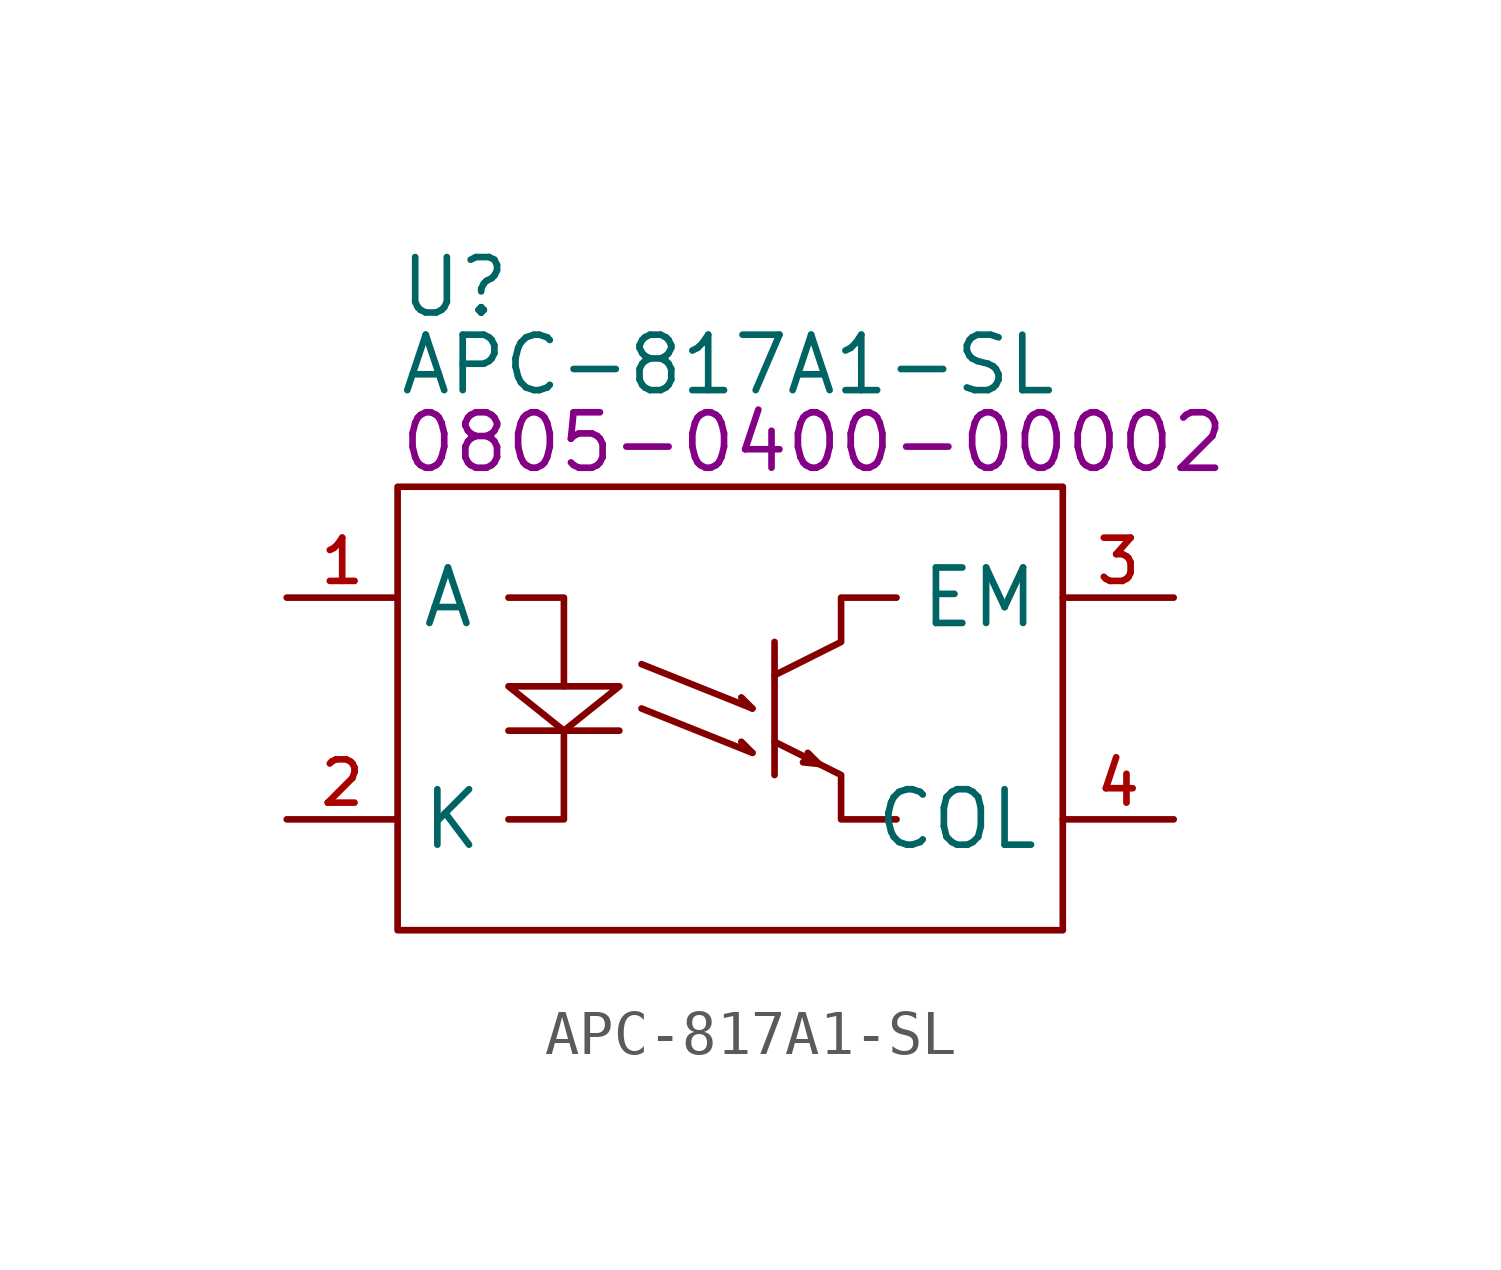
<source format=kicad_sym>
(kicad_symbol_lib
  (version 20231120)
  (generator "kicad_symbol_editor")
  (generator_version "8.0")
  (symbol "APC-817A1-SL"
    (property "Reference" "U"
      (at 2.54 7.112 0)
      (effects (font (size 1.27 1.27)) (justify left)))
    (property "Value" "APC-817A1-SL"
      (at 2.54 5.334 0)
      (effects (font (size 1.27 1.27)) (justify left)))
    (property "PartNumber" "0805-0400-00002"
      (at 2.54 3.556 0)
      (effects (font (size 1.27 1.27)) (justify left)))
    (symbol "APC-817A1-SL_0_0"
      (pin passive line (at 0 0 0) (length 2.54) (name "A" (effects (font (size 1.27 1.27)))) (number "1" (effects (font (size 0.991 0.991)))))
      (pin passive line (at 0 -5.08 0) (length 2.54) (name "K" (effects (font (size 1.27 1.27)))) (number "2" (effects (font (size 0.991 0.991)))))
      (pin open_emitter line (at 20.32 0 180) (length 2.54) (name "EM" (effects (font (size 1.27 1.27)))) (number "3" (effects (font (size 0.991 0.991)))))
      (pin open_collector line (at 20.32 -5.08 180) (length 2.54) (name "COL" (effects (font (size 1.27 1.27)))) (number "4" (effects (font (size 0.991 0.991))))))
    (symbol "APC-817A1-SL_0_1"
      (polyline (pts (xy 5.08 -3.048) (xy 7.62 -3.048)) (stroke (width 0) (type default)) (fill (type none)))
      (polyline (pts (xy 8.128 -2.54) (xy 10.668 -3.556)) (stroke (width 0) (type default)) (fill (type none)))
      (polyline (pts (xy 8.128 -1.524) (xy 10.668 -2.54)) (stroke (width 0) (type default)) (fill (type none)))
      (polyline (pts (xy 10.668 -3.556) (xy 10.414 -3.302)) (stroke (width 0) (type default)) (fill (type none)))
      (polyline (pts (xy 10.668 -2.54) (xy 10.414 -2.286)) (stroke (width 0) (type default)) (fill (type none)))
      (polyline (pts (xy 11.176 -1.016) (xy 11.176 -4.064)) (stroke (width 0) (type default)) (fill (type none)))
      (polyline (pts (xy 12.192 -3.81) (xy 11.828 -3.773)) (stroke (width 0) (type default)) (fill (type none)))
      (polyline (pts (xy 12.192 -3.81) (xy 11.938 -3.556)) (stroke (width 0) (type default)) (fill (type none)))
      (polyline (pts (xy 5.08 0) (xy 6.35 0) (xy 6.35 -2.032)) (stroke (width 0) (type default)) (fill (type none)))
      (polyline (pts (xy 6.35 -3.048) (xy 6.35 -5.08) (xy 5.08 -5.08)) (stroke (width 0) (type default)) (fill (type none)))
      (polyline (pts (xy 6.35 -3.048) (xy 5.08 -2.032) (xy 7.62 -2.032) (xy 6.35 -3.048)) (stroke (width 0) (type default)) (fill (type none)))
      (polyline (pts (xy 11.176 -3.302) (xy 12.7 -4.064) (xy 12.7 -5.08) (xy 13.97 -5.08)) (stroke (width 0) (type default)) (fill (type none)))
      (polyline (pts (xy 11.176 -1.778) (xy 12.7 -1.016) (xy 12.7 0) (xy 13.97 0)) (stroke (width 0) (type default)) (fill (type none)))
      (rectangle (start 2.54 2.54) (end 17.78 -7.62) (stroke (width 0) (type default)) (fill (type none))))))
</source>
